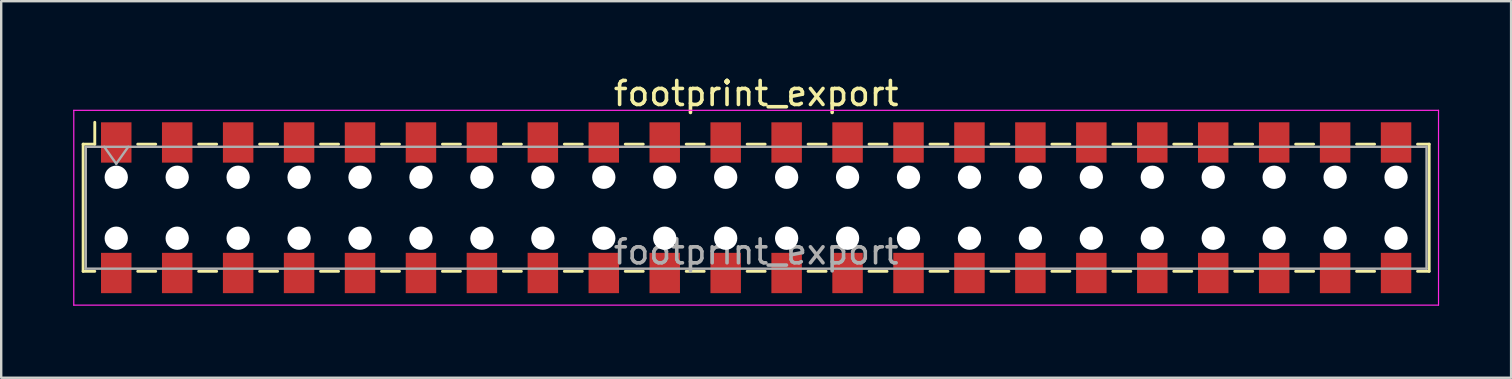
<source format=kicad_pcb>
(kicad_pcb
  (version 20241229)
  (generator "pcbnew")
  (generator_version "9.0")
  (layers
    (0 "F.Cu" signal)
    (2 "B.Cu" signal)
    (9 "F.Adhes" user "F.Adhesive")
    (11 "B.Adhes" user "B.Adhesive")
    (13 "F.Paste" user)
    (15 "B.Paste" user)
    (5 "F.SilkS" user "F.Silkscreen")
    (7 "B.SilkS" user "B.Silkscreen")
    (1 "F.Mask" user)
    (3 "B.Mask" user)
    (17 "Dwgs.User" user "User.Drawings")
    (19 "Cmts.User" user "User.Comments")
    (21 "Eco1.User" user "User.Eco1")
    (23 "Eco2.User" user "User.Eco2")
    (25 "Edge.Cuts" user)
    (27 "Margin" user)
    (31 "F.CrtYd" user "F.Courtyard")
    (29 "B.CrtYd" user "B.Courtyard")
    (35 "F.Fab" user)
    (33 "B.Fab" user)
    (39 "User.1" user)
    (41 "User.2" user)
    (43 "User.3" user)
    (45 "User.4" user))
  (footprint "footprint_export"
    (layer "F.Cu")
    (at 28.465 5.608)
    (property "Reference" "footprint_export" (at 0 -4.76 0) (layer "F.SilkS") (effects (font (size 1 1) (thickness 0.15))))
    (attr smd)
    (fp_line (start -28.05 -2.65) (end -28.05 2.65) (stroke (width 0.12) (type solid)) (layer "F.SilkS"))
    (fp_line (start -28.05 2.65) (end -27.565 2.65) (stroke (width 0.12) (type solid)) (layer "F.SilkS"))
    (fp_line (start -27.565 -3.56) (end -27.565 -2.65) (stroke (width 0.12) (type solid)) (layer "F.SilkS"))
    (fp_line (start -27.565 -2.65) (end -28.05 -2.65) (stroke (width 0.12) (type solid)) (layer "F.SilkS"))
    (fp_line (start -25.775 -2.65) (end -25.025 -2.65) (stroke (width 0.12) (type solid)) (layer "F.SilkS"))
    (fp_line (start -25.775 2.65) (end -25.025 2.65) (stroke (width 0.12) (type solid)) (layer "F.SilkS"))
    (fp_line (start -23.235 -2.65) (end -22.485 -2.65) (stroke (width 0.12) (type solid)) (layer "F.SilkS"))
    (fp_line (start -23.235 2.65) (end -22.485 2.65) (stroke (width 0.12) (type solid)) (layer "F.SilkS"))
    (fp_line (start -20.695 -2.65) (end -19.945 -2.65) (stroke (width 0.12) (type solid)) (layer "F.SilkS"))
    (fp_line (start -20.695 2.65) (end -19.945 2.65) (stroke (width 0.12) (type solid)) (layer "F.SilkS"))
    (fp_line (start -18.155 -2.65) (end -17.405 -2.65) (stroke (width 0.12) (type solid)) (layer "F.SilkS"))
    (fp_line (start -18.155 2.65) (end -17.405 2.65) (stroke (width 0.12) (type solid)) (layer "F.SilkS"))
    (fp_line (start -15.615 -2.65) (end -14.865 -2.65) (stroke (width 0.12) (type solid)) (layer "F.SilkS"))
    (fp_line (start -15.615 2.65) (end -14.865 2.65) (stroke (width 0.12) (type solid)) (layer "F.SilkS"))
    (fp_line (start -13.075 -2.65) (end -12.325 -2.65) (stroke (width 0.12) (type solid)) (layer "F.SilkS"))
    (fp_line (start -13.075 2.65) (end -12.325 2.65) (stroke (width 0.12) (type solid)) (layer "F.SilkS"))
    (fp_line (start -10.535 -2.65) (end -9.785 -2.65) (stroke (width 0.12) (type solid)) (layer "F.SilkS"))
    (fp_line (start -10.535 2.65) (end -9.785 2.65) (stroke (width 0.12) (type solid)) (layer "F.SilkS"))
    (fp_line (start -7.995 -2.65) (end -7.245 -2.65) (stroke (width 0.12) (type solid)) (layer "F.SilkS"))
    (fp_line (start -7.995 2.65) (end -7.245 2.65) (stroke (width 0.12) (type solid)) (layer "F.SilkS"))
    (fp_line (start -5.455 -2.65) (end -4.705 -2.65) (stroke (width 0.12) (type solid)) (layer "F.SilkS"))
    (fp_line (start -5.455 2.65) (end -4.705 2.65) (stroke (width 0.12) (type solid)) (layer "F.SilkS"))
    (fp_line (start -2.915 -2.65) (end -2.165 -2.65) (stroke (width 0.12) (type solid)) (layer "F.SilkS"))
    (fp_line (start -2.915 2.65) (end -2.165 2.65) (stroke (width 0.12) (type solid)) (layer "F.SilkS"))
    (fp_line (start -0.375 -2.65) (end 0.375 -2.65) (stroke (width 0.12) (type solid)) (layer "F.SilkS"))
    (fp_line (start -0.375 2.65) (end 0.375 2.65) (stroke (width 0.12) (type solid)) (layer "F.SilkS"))
    (fp_line (start 2.165 -2.65) (end 2.915 -2.65) (stroke (width 0.12) (type solid)) (layer "F.SilkS"))
    (fp_line (start 2.165 2.65) (end 2.915 2.65) (stroke (width 0.12) (type solid)) (layer "F.SilkS"))
    (fp_line (start 4.705 -2.65) (end 5.455 -2.65) (stroke (width 0.12) (type solid)) (layer "F.SilkS"))
    (fp_line (start 4.705 2.65) (end 5.455 2.65) (stroke (width 0.12) (type solid)) (layer "F.SilkS"))
    (fp_line (start 7.245 -2.65) (end 7.995 -2.65) (stroke (width 0.12) (type solid)) (layer "F.SilkS"))
    (fp_line (start 7.245 2.65) (end 7.995 2.65) (stroke (width 0.12) (type solid)) (layer "F.SilkS"))
    (fp_line (start 9.785 -2.65) (end 10.535 -2.65) (stroke (width 0.12) (type solid)) (layer "F.SilkS"))
    (fp_line (start 9.785 2.65) (end 10.535 2.65) (stroke (width 0.12) (type solid)) (layer "F.SilkS"))
    (fp_line (start 12.325 -2.65) (end 13.075 -2.65) (stroke (width 0.12) (type solid)) (layer "F.SilkS"))
    (fp_line (start 12.325 2.65) (end 13.075 2.65) (stroke (width 0.12) (type solid)) (layer "F.SilkS"))
    (fp_line (start 14.865 -2.65) (end 15.615 -2.65) (stroke (width 0.12) (type solid)) (layer "F.SilkS"))
    (fp_line (start 14.865 2.65) (end 15.615 2.65) (stroke (width 0.12) (type solid)) (layer "F.SilkS"))
    (fp_line (start 17.405 -2.65) (end 18.155 -2.65) (stroke (width 0.12) (type solid)) (layer "F.SilkS"))
    (fp_line (start 17.405 2.65) (end 18.155 2.65) (stroke (width 0.12) (type solid)) (layer "F.SilkS"))
    (fp_line (start 19.945 -2.65) (end 20.695 -2.65) (stroke (width 0.12) (type solid)) (layer "F.SilkS"))
    (fp_line (start 19.945 2.65) (end 20.695 2.65) (stroke (width 0.12) (type solid)) (layer "F.SilkS"))
    (fp_line (start 22.485 -2.65) (end 23.235 -2.65) (stroke (width 0.12) (type solid)) (layer "F.SilkS"))
    (fp_line (start 22.485 2.65) (end 23.235 2.65) (stroke (width 0.12) (type solid)) (layer "F.SilkS"))
    (fp_line (start 25.025 -2.65) (end 25.775 -2.65) (stroke (width 0.12) (type solid)) (layer "F.SilkS"))
    (fp_line (start 25.025 2.65) (end 25.775 2.65) (stroke (width 0.12) (type solid)) (layer "F.SilkS"))
    (fp_line (start 27.565 -2.65) (end 28.05 -2.65) (stroke (width 0.12) (type solid)) (layer "F.SilkS"))
    (fp_line (start 28.05 -2.65) (end 28.05 2.65) (stroke (width 0.12) (type solid)) (layer "F.SilkS"))
    (fp_line (start 28.05 2.65) (end 27.565 2.65) (stroke (width 0.12) (type solid)) (layer "F.SilkS"))
    (fp_line (start -28.44 -4.06) (end 28.44 -4.06) (stroke (width 0.05) (type solid)) (layer "F.CrtYd"))
    (fp_line (start -28.44 4.06) (end -28.44 -4.06) (stroke (width 0.05) (type solid)) (layer "F.CrtYd"))
    (fp_line (start 28.44 -4.06) (end 28.44 4.06) (stroke (width 0.05) (type solid)) (layer "F.CrtYd"))
    (fp_line (start 28.44 4.06) (end -28.44 4.06) (stroke (width 0.05) (type solid)) (layer "F.CrtYd"))
    (fp_line (start -27.94 -2.54) (end 27.94 -2.54) (stroke (width 0.1) (type solid)) (layer "F.Fab"))
    (fp_line (start -27.94 2.54) (end -27.94 -2.54) (stroke (width 0.1) (type solid)) (layer "F.Fab"))
    (fp_line (start -27.17 -2.54) (end -26.67 -1.833) (stroke (width 0.1) (type solid)) (layer "F.Fab"))
    (fp_line (start -26.67 -1.833) (end -26.17 -2.54) (stroke (width 0.1) (type solid)) (layer "F.Fab"))
    (fp_line (start 27.94 -2.54) (end 27.94 2.54) (stroke (width 0.1) (type solid)) (layer "F.Fab"))
    (fp_line (start 27.94 2.54) (end -27.94 2.54) (stroke (width 0.1) (type solid)) (layer "F.Fab"))
    (fp_text user "${REFERENCE}" (at 0 1.84 0) (layer "F.Fab") (effects (font (size 1 1) (thickness 0.15))))
    (pad "" np_thru_hole circle (at -26.67 -1.27) (size 0.97 0.97) (drill 0.97) (layers "*.Cu" "*.Mask"))
    (pad "" np_thru_hole circle (at -26.67 1.27) (size 0.97 0.97) (drill 0.97) (layers "*.Cu" "*.Mask"))
    (pad "" np_thru_hole circle (at -24.13 -1.27) (size 0.97 0.97) (drill 0.97) (layers "*.Cu" "*.Mask"))
    (pad "" np_thru_hole circle (at -24.13 1.27) (size 0.97 0.97) (drill 0.97) (layers "*.Cu" "*.Mask"))
    (pad "" np_thru_hole circle (at -21.59 -1.27) (size 0.97 0.97) (drill 0.97) (layers "*.Cu" "*.Mask"))
    (pad "" np_thru_hole circle (at -21.59 1.27) (size 0.97 0.97) (drill 0.97) (layers "*.Cu" "*.Mask"))
    (pad "" np_thru_hole circle (at -19.05 -1.27) (size 0.97 0.97) (drill 0.97) (layers "*.Cu" "*.Mask"))
    (pad "" np_thru_hole circle (at -19.05 1.27) (size 0.97 0.97) (drill 0.97) (layers "*.Cu" "*.Mask"))
    (pad "" np_thru_hole circle (at -16.51 -1.27) (size 0.97 0.97) (drill 0.97) (layers "*.Cu" "*.Mask"))
    (pad "" np_thru_hole circle (at -16.51 1.27) (size 0.97 0.97) (drill 0.97) (layers "*.Cu" "*.Mask"))
    (pad "" np_thru_hole circle (at -13.97 -1.27) (size 0.97 0.97) (drill 0.97) (layers "*.Cu" "*.Mask"))
    (pad "" np_thru_hole circle (at -13.97 1.27) (size 0.97 0.97) (drill 0.97) (layers "*.Cu" "*.Mask"))
    (pad "" np_thru_hole circle (at -11.43 -1.27) (size 0.97 0.97) (drill 0.97) (layers "*.Cu" "*.Mask"))
    (pad "" np_thru_hole circle (at -11.43 1.27) (size 0.97 0.97) (drill 0.97) (layers "*.Cu" "*.Mask"))
    (pad "" np_thru_hole circle (at -8.89 -1.27) (size 0.97 0.97) (drill 0.97) (layers "*.Cu" "*.Mask"))
    (pad "" np_thru_hole circle (at -8.89 1.27) (size 0.97 0.97) (drill 0.97) (layers "*.Cu" "*.Mask"))
    (pad "" np_thru_hole circle (at -6.35 -1.27) (size 0.97 0.97) (drill 0.97) (layers "*.Cu" "*.Mask"))
    (pad "" np_thru_hole circle (at -6.35 1.27) (size 0.97 0.97) (drill 0.97) (layers "*.Cu" "*.Mask"))
    (pad "" np_thru_hole circle (at -3.81 -1.27) (size 0.97 0.97) (drill 0.97) (layers "*.Cu" "*.Mask"))
    (pad "" np_thru_hole circle (at -3.81 1.27) (size 0.97 0.97) (drill 0.97) (layers "*.Cu" "*.Mask"))
    (pad "" np_thru_hole circle (at -1.27 -1.27) (size 0.97 0.97) (drill 0.97) (layers "*.Cu" "*.Mask"))
    (pad "" np_thru_hole circle (at -1.27 1.27) (size 0.97 0.97) (drill 0.97) (layers "*.Cu" "*.Mask"))
    (pad "" np_thru_hole circle (at 1.27 -1.27) (size 0.97 0.97) (drill 0.97) (layers "*.Cu" "*.Mask"))
    (pad "" np_thru_hole circle (at 1.27 1.27) (size 0.97 0.97) (drill 0.97) (layers "*.Cu" "*.Mask"))
    (pad "" np_thru_hole circle (at 3.81 -1.27) (size 0.97 0.97) (drill 0.97) (layers "*.Cu" "*.Mask"))
    (pad "" np_thru_hole circle (at 3.81 1.27) (size 0.97 0.97) (drill 0.97) (layers "*.Cu" "*.Mask"))
    (pad "" np_thru_hole circle (at 6.35 -1.27) (size 0.97 0.97) (drill 0.97) (layers "*.Cu" "*.Mask"))
    (pad "" np_thru_hole circle (at 6.35 1.27) (size 0.97 0.97) (drill 0.97) (layers "*.Cu" "*.Mask"))
    (pad "" np_thru_hole circle (at 8.89 -1.27) (size 0.97 0.97) (drill 0.97) (layers "*.Cu" "*.Mask"))
    (pad "" np_thru_hole circle (at 8.89 1.27) (size 0.97 0.97) (drill 0.97) (layers "*.Cu" "*.Mask"))
    (pad "" np_thru_hole circle (at 11.43 -1.27) (size 0.97 0.97) (drill 0.97) (layers "*.Cu" "*.Mask"))
    (pad "" np_thru_hole circle (at 11.43 1.27) (size 0.97 0.97) (drill 0.97) (layers "*.Cu" "*.Mask"))
    (pad "" np_thru_hole circle (at 13.97 -1.27) (size 0.97 0.97) (drill 0.97) (layers "*.Cu" "*.Mask"))
    (pad "" np_thru_hole circle (at 13.97 1.27) (size 0.97 0.97) (drill 0.97) (layers "*.Cu" "*.Mask"))
    (pad "" np_thru_hole circle (at 16.51 -1.27) (size 0.97 0.97) (drill 0.97) (layers "*.Cu" "*.Mask"))
    (pad "" np_thru_hole circle (at 16.51 1.27) (size 0.97 0.97) (drill 0.97) (layers "*.Cu" "*.Mask"))
    (pad "" np_thru_hole circle (at 19.05 -1.27) (size 0.97 0.97) (drill 0.97) (layers "*.Cu" "*.Mask"))
    (pad "" np_thru_hole circle (at 19.05 1.27) (size 0.97 0.97) (drill 0.97) (layers "*.Cu" "*.Mask"))
    (pad "" np_thru_hole circle (at 21.59 -1.27) (size 0.97 0.97) (drill 0.97) (layers "*.Cu" "*.Mask"))
    (pad "" np_thru_hole circle (at 21.59 1.27) (size 0.97 0.97) (drill 0.97) (layers "*.Cu" "*.Mask"))
    (pad "" np_thru_hole circle (at 24.13 -1.27) (size 0.97 0.97) (drill 0.97) (layers "*.Cu" "*.Mask"))
    (pad "" np_thru_hole circle (at 24.13 1.27) (size 0.97 0.97) (drill 0.97) (layers "*.Cu" "*.Mask"))
    (pad "" np_thru_hole circle (at 26.67 -1.27) (size 0.97 0.97) (drill 0.97) (layers "*.Cu" "*.Mask"))
    (pad "" np_thru_hole circle (at 26.67 1.27) (size 0.97 0.97) (drill 0.97) (layers "*.Cu" "*.Mask"))
    (pad "1" smd rect (at -26.67 -2.72) (size 1.27 1.68) (layers "F.Cu" "F.Mask" "F.Paste"))
    (pad "2" smd rect (at -26.67 2.72) (size 1.27 1.68) (layers "F.Cu" "F.Mask" "F.Paste"))
    (pad "3" smd rect (at -24.13 -2.72) (size 1.27 1.68) (layers "F.Cu" "F.Mask" "F.Paste"))
    (pad "4" smd rect (at -24.13 2.72) (size 1.27 1.68) (layers "F.Cu" "F.Mask" "F.Paste"))
    (pad "5" smd rect (at -21.59 -2.72) (size 1.27 1.68) (layers "F.Cu" "F.Mask" "F.Paste"))
    (pad "6" smd rect (at -21.59 2.72) (size 1.27 1.68) (layers "F.Cu" "F.Mask" "F.Paste"))
    (pad "7" smd rect (at -19.05 -2.72) (size 1.27 1.68) (layers "F.Cu" "F.Mask" "F.Paste"))
    (pad "8" smd rect (at -19.05 2.72) (size 1.27 1.68) (layers "F.Cu" "F.Mask" "F.Paste"))
    (pad "9" smd rect (at -16.51 -2.72) (size 1.27 1.68) (layers "F.Cu" "F.Mask" "F.Paste"))
    (pad "10" smd rect (at -16.51 2.72) (size 1.27 1.68) (layers "F.Cu" "F.Mask" "F.Paste"))
    (pad "11" smd rect (at -13.97 -2.72) (size 1.27 1.68) (layers "F.Cu" "F.Mask" "F.Paste"))
    (pad "12" smd rect (at -13.97 2.72) (size 1.27 1.68) (layers "F.Cu" "F.Mask" "F.Paste"))
    (pad "13" smd rect (at -11.43 -2.72) (size 1.27 1.68) (layers "F.Cu" "F.Mask" "F.Paste"))
    (pad "14" smd rect (at -11.43 2.72) (size 1.27 1.68) (layers "F.Cu" "F.Mask" "F.Paste"))
    (pad "15" smd rect (at -8.89 -2.72) (size 1.27 1.68) (layers "F.Cu" "F.Mask" "F.Paste"))
    (pad "16" smd rect (at -8.89 2.72) (size 1.27 1.68) (layers "F.Cu" "F.Mask" "F.Paste"))
    (pad "17" smd rect (at -6.35 -2.72) (size 1.27 1.68) (layers "F.Cu" "F.Mask" "F.Paste"))
    (pad "18" smd rect (at -6.35 2.72) (size 1.27 1.68) (layers "F.Cu" "F.Mask" "F.Paste"))
    (pad "19" smd rect (at -3.81 -2.72) (size 1.27 1.68) (layers "F.Cu" "F.Mask" "F.Paste"))
    (pad "20" smd rect (at -3.81 2.72) (size 1.27 1.68) (layers "F.Cu" "F.Mask" "F.Paste"))
    (pad "21" smd rect (at -1.27 -2.72) (size 1.27 1.68) (layers "F.Cu" "F.Mask" "F.Paste"))
    (pad "22" smd rect (at -1.27 2.72) (size 1.27 1.68) (layers "F.Cu" "F.Mask" "F.Paste"))
    (pad "23" smd rect (at 1.27 -2.72) (size 1.27 1.68) (layers "F.Cu" "F.Mask" "F.Paste"))
    (pad "24" smd rect (at 1.27 2.72) (size 1.27 1.68) (layers "F.Cu" "F.Mask" "F.Paste"))
    (pad "25" smd rect (at 3.81 -2.72) (size 1.27 1.68) (layers "F.Cu" "F.Mask" "F.Paste"))
    (pad "26" smd rect (at 3.81 2.72) (size 1.27 1.68) (layers "F.Cu" "F.Mask" "F.Paste"))
    (pad "27" smd rect (at 6.35 -2.72) (size 1.27 1.68) (layers "F.Cu" "F.Mask" "F.Paste"))
    (pad "28" smd rect (at 6.35 2.72) (size 1.27 1.68) (layers "F.Cu" "F.Mask" "F.Paste"))
    (pad "29" smd rect (at 8.89 -2.72) (size 1.27 1.68) (layers "F.Cu" "F.Mask" "F.Paste"))
    (pad "30" smd rect (at 8.89 2.72) (size 1.27 1.68) (layers "F.Cu" "F.Mask" "F.Paste"))
    (pad "31" smd rect (at 11.43 -2.72) (size 1.27 1.68) (layers "F.Cu" "F.Mask" "F.Paste"))
    (pad "32" smd rect (at 11.43 2.72) (size 1.27 1.68) (layers "F.Cu" "F.Mask" "F.Paste"))
    (pad "33" smd rect (at 13.97 -2.72) (size 1.27 1.68) (layers "F.Cu" "F.Mask" "F.Paste"))
    (pad "34" smd rect (at 13.97 2.72) (size 1.27 1.68) (layers "F.Cu" "F.Mask" "F.Paste"))
    (pad "35" smd rect (at 16.51 -2.72) (size 1.27 1.68) (layers "F.Cu" "F.Mask" "F.Paste"))
    (pad "36" smd rect (at 16.51 2.72) (size 1.27 1.68) (layers "F.Cu" "F.Mask" "F.Paste"))
    (pad "37" smd rect (at 19.05 -2.72) (size 1.27 1.68) (layers "F.Cu" "F.Mask" "F.Paste"))
    (pad "38" smd rect (at 19.05 2.72) (size 1.27 1.68) (layers "F.Cu" "F.Mask" "F.Paste"))
    (pad "39" smd rect (at 21.59 -2.72) (size 1.27 1.68) (layers "F.Cu" "F.Mask" "F.Paste"))
    (pad "40" smd rect (at 21.59 2.72) (size 1.27 1.68) (layers "F.Cu" "F.Mask" "F.Paste"))
    (pad "41" smd rect (at 24.13 -2.72) (size 1.27 1.68) (layers "F.Cu" "F.Mask" "F.Paste"))
    (pad "42" smd rect (at 24.13 2.72) (size 1.27 1.68) (layers "F.Cu" "F.Mask" "F.Paste"))
    (pad "43" smd rect (at 26.67 -2.72) (size 1.27 1.68) (layers "F.Cu" "F.Mask" "F.Paste"))
    (pad "44" smd rect (at 26.67 2.72) (size 1.27 1.68) (layers "F.Cu" "F.Mask" "F.Paste")))
  (gr_rect
    (start -3 -3)
    (end 59.93 12.693)
    (stroke (width 0.1) (type default))
    (fill no)
    (layer "Edge.Cuts")))
</source>
